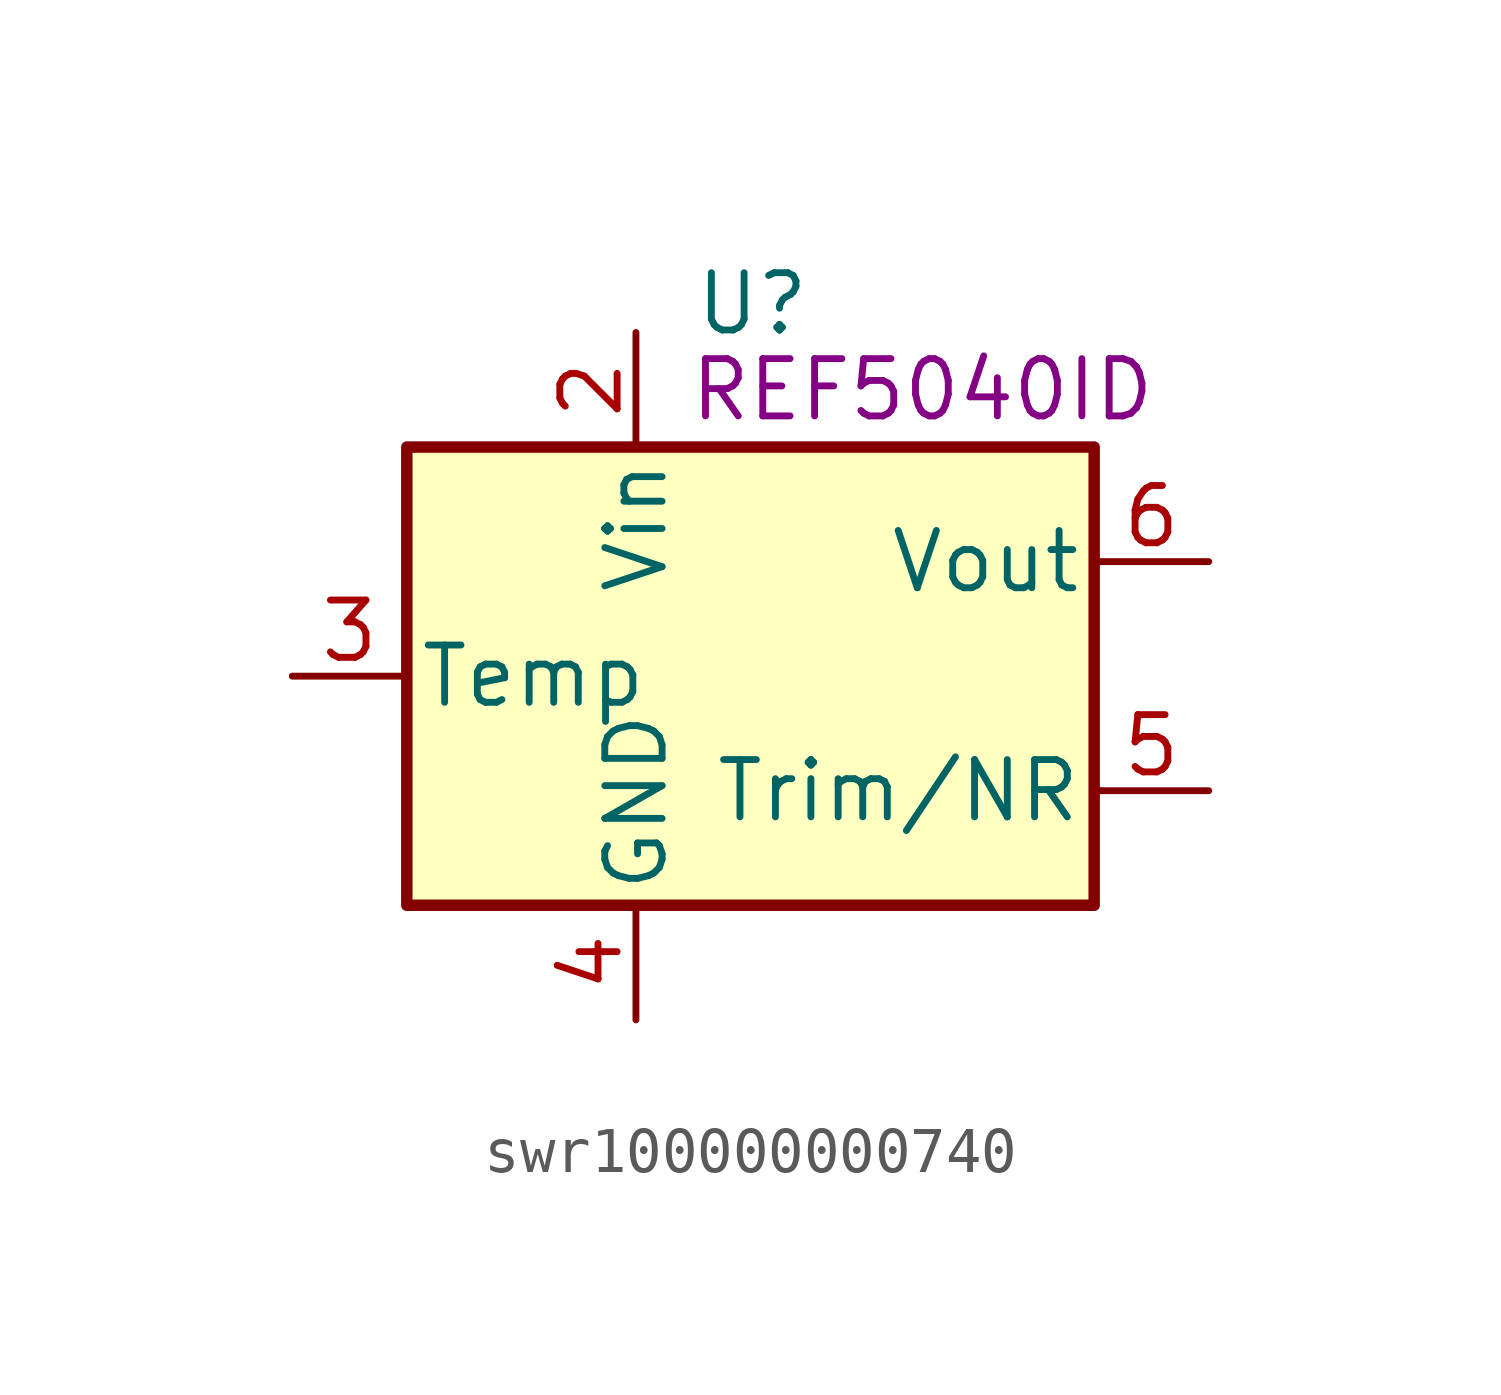
<source format=kicad_sym>
(kicad_symbol_lib
  (version 20211014)
  (generator kicad_symbol_editor)
  (symbol "swr100000000740"
    (pin_names
      (offset 0.254))
    (property "Reference" "U"
      (at -1.27 8.255 0)
      (effects (font (size 1.27 1.27)) (justify left)))
    (property "PartValue" "REF5040ID"
      (at 3.81 6.35 0)
      (effects (font (size 1.27 1.27))))
    (symbol "swr100000000740_0_1"
      (rectangle (start -7.62 5.08) (end 7.62 -5.08) (stroke (width 0.254) (type default) (color 0 0 0 0)) (fill (type background))))
    (symbol "swr100000000740_1_1"
      (pin no_connect line (at -7.62 2.54 0) (length 2.54) hide (name "DNC" (effects (font (size 1.27 1.27)))) (number "1" (effects (font (size 1.27 1.27)))))
      (pin power_in line (at -2.54 7.62 270) (length 2.54) (name "Vin" (effects (font (size 1.27 1.27)))) (number "2" (effects (font (size 1.27 1.27)))))
      (pin passive line (at -10.16 0 0) (length 2.54) (name "Temp" (effects (font (size 1.27 1.27)))) (number "3" (effects (font (size 1.27 1.27)))))
      (pin power_in line (at -2.54 -7.62 90) (length 2.54) (name "GND" (effects (font (size 1.27 1.27)))) (number "4" (effects (font (size 1.27 1.27)))))
      (pin passive line (at 10.16 -2.54 180) (length 2.54) (name "Trim/NR" (effects (font (size 1.27 1.27)))) (number "5" (effects (font (size 1.27 1.27)))))
      (pin power_out line (at 10.16 2.54 180) (length 2.54) (name "Vout" (effects (font (size 1.27 1.27)))) (number "6" (effects (font (size 1.27 1.27)))))
      (pin no_connect line (at -5.08 -5.08 90) (length 2.54) hide (name "NC" (effects (font (size 1.27 1.27)))) (number "7" (effects (font (size 1.27 1.27)))))
      (pin no_connect line (at 7.62 0 180) (length 2.54) hide (name "DNC" (effects (font (size 1.27 1.27)))) (number "8" (effects (font (size 1.27 1.27))))))))
</source>
